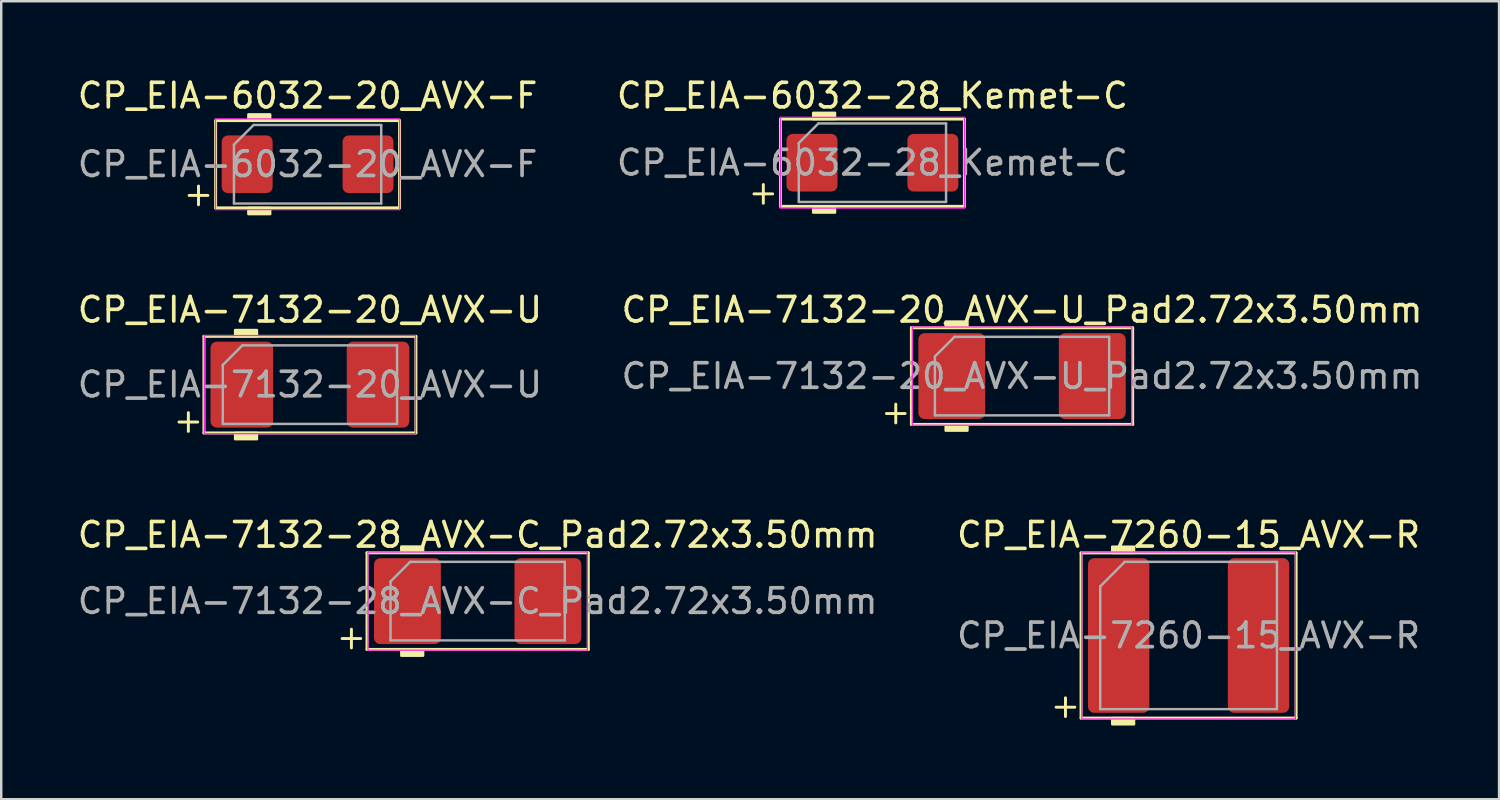
<source format=kicad_pcb>
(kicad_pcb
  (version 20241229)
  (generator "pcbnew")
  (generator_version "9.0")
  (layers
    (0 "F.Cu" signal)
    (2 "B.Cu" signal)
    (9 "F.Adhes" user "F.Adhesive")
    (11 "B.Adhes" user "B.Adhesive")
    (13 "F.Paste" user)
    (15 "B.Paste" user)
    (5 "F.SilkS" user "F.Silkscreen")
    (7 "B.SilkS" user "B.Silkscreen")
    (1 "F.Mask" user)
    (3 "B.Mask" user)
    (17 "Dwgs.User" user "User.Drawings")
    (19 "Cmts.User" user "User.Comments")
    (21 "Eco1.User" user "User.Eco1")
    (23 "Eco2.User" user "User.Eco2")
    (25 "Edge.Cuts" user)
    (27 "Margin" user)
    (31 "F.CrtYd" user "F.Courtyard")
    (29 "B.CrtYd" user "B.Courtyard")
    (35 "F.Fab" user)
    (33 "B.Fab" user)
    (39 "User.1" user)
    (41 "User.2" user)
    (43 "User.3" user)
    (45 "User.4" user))
  (footprint "CP_EIA-7132-28_AVX-C_Pad2.72x3.50mm"
    (layer "F.Cu")
    (at 16.411 21.441)
    (property "Reference" "CP_EIA-7132-28_AVX-C_Pad2.72x3.50mm" (at 0 -2.7 0) (layer "F.SilkS") (effects (font (size 1 1) (thickness 0.15))))
    (attr smd)
    (fp_line (start -5.524 1.524) (end -4.763 1.524) (stroke (width 0.12) (type solid)) (layer "F.SilkS"))
    (fp_line (start -5.144 1.143) (end -5.144 1.905) (stroke (width 0.12) (type solid)) (layer "F.SilkS"))
    (fp_line (start -4.508 -1.968) (end 4.508 -1.968) (stroke (width 0.12) (type solid)) (layer "F.SilkS"))
    (fp_line (start -4.508 1.968) (end -4.508 -1.968) (stroke (width 0.12) (type solid)) (layer "F.SilkS"))
    (fp_line (start 4.508 -1.968) (end 4.508 1.968) (stroke (width 0.12) (type solid)) (layer "F.SilkS"))
    (fp_line (start 4.508 1.968) (end -4.508 1.968) (stroke (width 0.12) (type solid)) (layer "F.SilkS"))
    (fp_poly (pts (xy -2.223 -1.968) (xy -3.111 -1.968) (xy -3.111 -2.223) (xy -2.223 -2.223)) (stroke (width 0.1) (type solid)) (fill yes) (layer "F.SilkS"))
    (fp_poly (pts (xy -2.223 2.223) (xy -3.111 2.223) (xy -3.111 1.968) (xy -2.223 1.968)) (stroke (width 0.1) (type solid)) (fill yes) (layer "F.SilkS"))
    (fp_line (start -4.47 -2) (end 4.47 -2) (stroke (width 0.05) (type solid)) (layer "F.CrtYd"))
    (fp_line (start -4.47 2) (end -4.47 -2) (stroke (width 0.05) (type solid)) (layer "F.CrtYd"))
    (fp_line (start 4.47 -2) (end 4.47 2) (stroke (width 0.05) (type solid)) (layer "F.CrtYd"))
    (fp_line (start 4.47 2) (end -4.47 2) (stroke (width 0.05) (type solid)) (layer "F.CrtYd"))
    (fp_line (start -3.55 -0.8) (end -3.55 1.6) (stroke (width 0.1) (type solid)) (layer "F.Fab"))
    (fp_line (start -3.55 1.6) (end 3.55 1.6) (stroke (width 0.1) (type solid)) (layer "F.Fab"))
    (fp_line (start -2.75 -1.6) (end -3.55 -0.8) (stroke (width 0.1) (type solid)) (layer "F.Fab"))
    (fp_line (start 3.55 -1.6) (end -2.75 -1.6) (stroke (width 0.1) (type solid)) (layer "F.Fab"))
    (fp_line (start 3.55 1.6) (end 3.55 -1.6) (stroke (width 0.1) (type solid)) (layer "F.Fab"))
    (fp_text user "${REFERENCE}" (at 0 0 0) (layer "F.Fab") (effects (font (size 1 1) (thickness 0.15))))
    (pad "1" smd roundrect (at -2.862 0) (size 2.725 3.5) (layers "F.Cu" "F.Mask" "F.Paste") (roundrect_rratio 0.092))
    (pad "2" smd roundrect (at 2.862 0) (size 2.725 3.5) (layers "F.Cu" "F.Mask" "F.Paste") (roundrect_rratio 0.092)))
  (footprint "CP_EIA-7132-20_AVX-U_Pad2.72x3.50mm"
    (layer "F.Cu")
    (at 38.589 12.273)
    (property "Reference" "CP_EIA-7132-20_AVX-U_Pad2.72x3.50mm" (at 0 -2.7 0) (layer "F.SilkS") (effects (font (size 1 1) (thickness 0.15))))
    (attr smd)
    (fp_line (start -5.524 1.524) (end -4.763 1.524) (stroke (width 0.12) (type solid)) (layer "F.SilkS"))
    (fp_line (start -5.144 1.143) (end -5.144 1.905) (stroke (width 0.12) (type solid)) (layer "F.SilkS"))
    (fp_line (start -4.508 -1.968) (end 4.508 -1.968) (stroke (width 0.12) (type solid)) (layer "F.SilkS"))
    (fp_line (start -4.508 1.968) (end -4.508 -1.968) (stroke (width 0.12) (type solid)) (layer "F.SilkS"))
    (fp_line (start 4.508 -1.968) (end 4.508 1.968) (stroke (width 0.12) (type solid)) (layer "F.SilkS"))
    (fp_line (start 4.508 1.968) (end -4.508 1.968) (stroke (width 0.12) (type solid)) (layer "F.SilkS"))
    (fp_poly (pts (xy -2.223 -1.968) (xy -3.111 -1.968) (xy -3.111 -2.223) (xy -2.223 -2.223)) (stroke (width 0.1) (type solid)) (fill yes) (layer "F.SilkS"))
    (fp_poly (pts (xy -2.223 2.223) (xy -3.111 2.223) (xy -3.111 1.968) (xy -2.223 1.968)) (stroke (width 0.1) (type solid)) (fill yes) (layer "F.SilkS"))
    (fp_line (start -4.47 -2) (end 4.47 -2) (stroke (width 0.05) (type solid)) (layer "F.CrtYd"))
    (fp_line (start -4.47 2) (end -4.47 -2) (stroke (width 0.05) (type solid)) (layer "F.CrtYd"))
    (fp_line (start 4.47 -2) (end 4.47 2) (stroke (width 0.05) (type solid)) (layer "F.CrtYd"))
    (fp_line (start 4.47 2) (end -4.47 2) (stroke (width 0.05) (type solid)) (layer "F.CrtYd"))
    (fp_line (start -3.55 -0.8) (end -3.55 1.6) (stroke (width 0.1) (type solid)) (layer "F.Fab"))
    (fp_line (start -3.55 1.6) (end 3.55 1.6) (stroke (width 0.1) (type solid)) (layer "F.Fab"))
    (fp_line (start -2.75 -1.6) (end -3.55 -0.8) (stroke (width 0.1) (type solid)) (layer "F.Fab"))
    (fp_line (start 3.55 -1.6) (end -2.75 -1.6) (stroke (width 0.1) (type solid)) (layer "F.Fab"))
    (fp_line (start 3.55 1.6) (end 3.55 -1.6) (stroke (width 0.1) (type solid)) (layer "F.Fab"))
    (fp_text user "${REFERENCE}" (at 0 0 0) (layer "F.Fab") (effects (font (size 1 1) (thickness 0.15))))
    (pad "1" smd roundrect (at -2.862 0) (size 2.725 3.5) (layers "F.Cu" "F.Mask" "F.Paste") (roundrect_rratio 0.092))
    (pad "2" smd roundrect (at 2.862 0) (size 2.725 3.5) (layers "F.Cu" "F.Mask" "F.Paste") (roundrect_rratio 0.092)))
  (footprint "CP_EIA-6032-28_Kemet-C"
    (layer "F.Cu")
    (at 32.494 3.579)
    (property "Reference" "CP_EIA-6032-28_Kemet-C" (at 0 -2.731 0) (layer "F.SilkS") (effects (font (size 1 1) (thickness 0.15))))
    (attr smd)
    (fp_line (start -4.826 1.27) (end -4.064 1.27) (stroke (width 0.12) (type solid)) (layer "F.SilkS"))
    (fp_line (start -4.445 0.889) (end -4.445 1.651) (stroke (width 0.12) (type solid)) (layer "F.SilkS"))
    (fp_line (start -3.747 -1.778) (end -3.747 1.778) (stroke (width 0.12) (type solid)) (layer "F.SilkS"))
    (fp_line (start -3.747 1.778) (end 3.747 1.778) (stroke (width 0.12) (type solid)) (layer "F.SilkS"))
    (fp_line (start 3.747 -1.778) (end -3.747 -1.778) (stroke (width 0.12) (type solid)) (layer "F.SilkS"))
    (fp_line (start 3.747 1.778) (end 3.747 -1.778) (stroke (width 0.12) (type solid)) (layer "F.SilkS"))
    (fp_poly (pts (xy -1.524 -1.778) (xy -2.413 -1.778) (xy -2.413 -2.032) (xy -1.524 -2.032)) (stroke (width 0.1) (type solid)) (fill yes) (layer "F.SilkS"))
    (fp_poly (pts (xy -1.524 2.032) (xy -2.413 2.032) (xy -2.413 1.778) (xy -1.524 1.778)) (stroke (width 0.1) (type solid)) (fill yes) (layer "F.SilkS"))
    (fp_line (start -3.75 -1.85) (end 3.75 -1.85) (stroke (width 0.05) (type solid)) (layer "F.CrtYd"))
    (fp_line (start -3.75 1.85) (end -3.75 -1.85) (stroke (width 0.05) (type solid)) (layer "F.CrtYd"))
    (fp_line (start 3.75 -1.85) (end 3.75 1.85) (stroke (width 0.05) (type solid)) (layer "F.CrtYd"))
    (fp_line (start 3.75 1.85) (end -3.75 1.85) (stroke (width 0.05) (type solid)) (layer "F.CrtYd"))
    (fp_line (start -3 -0.8) (end -3 1.6) (stroke (width 0.1) (type solid)) (layer "F.Fab"))
    (fp_line (start -3 1.6) (end 3 1.6) (stroke (width 0.1) (type solid)) (layer "F.Fab"))
    (fp_line (start -2.2 -1.6) (end -3 -0.8) (stroke (width 0.1) (type solid)) (layer "F.Fab"))
    (fp_line (start 3 -1.6) (end -2.2 -1.6) (stroke (width 0.1) (type solid)) (layer "F.Fab"))
    (fp_line (start 3 1.6) (end 3 -1.6) (stroke (width 0.1) (type solid)) (layer "F.Fab"))
    (fp_text user "${REFERENCE}" (at 0 0 0) (layer "F.Fab") (effects (font (size 1 1) (thickness 0.15))))
    (pad "1" smd roundrect (at -2.462 0) (size 2.075 2.35) (layers "F.Cu" "F.Mask" "F.Paste") (roundrect_rratio 0.12))
    (pad "2" smd roundrect (at 2.462 0) (size 2.075 2.35) (layers "F.Cu" "F.Mask" "F.Paste") (roundrect_rratio 0.12)))
  (footprint "CP_EIA-7132-20_AVX-U"
    (layer "F.Cu")
    (at 9.577 12.62)
    (property "Reference" "CP_EIA-7132-20_AVX-U" (at 0 -3.048 0) (layer "F.SilkS") (effects (font (size 1 1) (thickness 0.15))))
    (attr smd)
    (fp_line (start -5.334 1.524) (end -4.572 1.524) (stroke (width 0.12) (type solid)) (layer "F.SilkS"))
    (fp_line (start -4.953 1.143) (end -4.953 1.905) (stroke (width 0.12) (type solid)) (layer "F.SilkS"))
    (fp_line (start -4.318 -1.968) (end -4.318 1.968) (stroke (width 0.12) (type solid)) (layer "F.SilkS"))
    (fp_line (start -4.318 1.968) (end 4.318 1.968) (stroke (width 0.12) (type solid)) (layer "F.SilkS"))
    (fp_line (start 4.318 -1.968) (end -4.318 -1.968) (stroke (width 0.12) (type solid)) (layer "F.SilkS"))
    (fp_line (start 4.318 1.968) (end 4.318 -1.968) (stroke (width 0.12) (type solid)) (layer "F.SilkS"))
    (fp_poly (pts (xy -2.159 -1.968) (xy -3.048 -1.968) (xy -3.048 -2.223) (xy -2.159 -2.223)) (stroke (width 0.1) (type solid)) (fill yes) (layer "F.SilkS"))
    (fp_poly (pts (xy -2.159 2.223) (xy -3.048 2.223) (xy -3.048 1.968) (xy -2.159 1.968)) (stroke (width 0.1) (type solid)) (fill yes) (layer "F.SilkS"))
    (fp_line (start -4.3 -2) (end 4.3 -2) (stroke (width 0.05) (type solid)) (layer "F.CrtYd"))
    (fp_line (start -4.3 2) (end -4.3 -2) (stroke (width 0.05) (type solid)) (layer "F.CrtYd"))
    (fp_line (start 4.3 -2) (end 4.3 2) (stroke (width 0.05) (type solid)) (layer "F.CrtYd"))
    (fp_line (start 4.3 2) (end -4.3 2) (stroke (width 0.05) (type solid)) (layer "F.CrtYd"))
    (fp_line (start -3.55 -0.8) (end -3.55 1.6) (stroke (width 0.1) (type solid)) (layer "F.Fab"))
    (fp_line (start -3.55 1.6) (end 3.55 1.6) (stroke (width 0.1) (type solid)) (layer "F.Fab"))
    (fp_line (start -2.75 -1.6) (end -3.55 -0.8) (stroke (width 0.1) (type solid)) (layer "F.Fab"))
    (fp_line (start 3.55 -1.6) (end -2.75 -1.6) (stroke (width 0.1) (type solid)) (layer "F.Fab"))
    (fp_line (start 3.55 1.6) (end 3.55 -1.6) (stroke (width 0.1) (type solid)) (layer "F.Fab"))
    (fp_text user "${REFERENCE}" (at 0 0 0) (layer "F.Fab") (effects (font (size 1 1) (thickness 0.15))))
    (pad "1" smd roundrect (at -2.775 0) (size 2.55 3.5) (layers "F.Cu" "F.Mask" "F.Paste") (roundrect_rratio 0.098))
    (pad "2" smd roundrect (at 2.775 0) (size 2.55 3.5) (layers "F.Cu" "F.Mask" "F.Paste") (roundrect_rratio 0.098)))
  (footprint "CP_EIA-7260-15_AVX-R"
    (layer "F.Cu")
    (at 45.375 22.841)
    (property "Reference" "CP_EIA-7260-15_AVX-R" (at 0 -4.1 0) (layer "F.SilkS") (effects (font (size 1 1) (thickness 0.15))))
    (attr smd)
    (fp_line (start -5.397 2.921) (end -4.636 2.921) (stroke (width 0.12) (type solid)) (layer "F.SilkS"))
    (fp_line (start -5.016 2.54) (end -5.016 3.302) (stroke (width 0.12) (type solid)) (layer "F.SilkS"))
    (fp_line (start -4.381 -3.365) (end 4.381 -3.365) (stroke (width 0.12) (type solid)) (layer "F.SilkS"))
    (fp_line (start -4.381 3.365) (end -4.381 -3.365) (stroke (width 0.12) (type solid)) (layer "F.SilkS"))
    (fp_line (start 4.381 -3.365) (end 4.381 3.365) (stroke (width 0.12) (type solid)) (layer "F.SilkS"))
    (fp_line (start 4.381 3.365) (end -4.381 3.365) (stroke (width 0.12) (type solid)) (layer "F.SilkS"))
    (fp_poly (pts (xy -2.223 -3.365) (xy -3.111 -3.365) (xy -3.111 -3.619) (xy -2.223 -3.619)) (stroke (width 0.1) (type solid)) (fill yes) (layer "F.SilkS"))
    (fp_poly (pts (xy -2.223 3.619) (xy -3.111 3.619) (xy -3.111 3.365) (xy -2.223 3.365)) (stroke (width 0.1) (type solid)) (fill yes) (layer "F.SilkS"))
    (fp_line (start -4.35 -3.4) (end 4.35 -3.4) (stroke (width 0.05) (type solid)) (layer "F.CrtYd"))
    (fp_line (start -4.35 3.4) (end -4.35 -3.4) (stroke (width 0.05) (type solid)) (layer "F.CrtYd"))
    (fp_line (start 4.35 -3.4) (end 4.35 3.4) (stroke (width 0.05) (type solid)) (layer "F.CrtYd"))
    (fp_line (start 4.35 3.4) (end -4.35 3.4) (stroke (width 0.05) (type solid)) (layer "F.CrtYd"))
    (fp_line (start -3.6 -2) (end -3.6 3) (stroke (width 0.1) (type solid)) (layer "F.Fab"))
    (fp_line (start -3.6 3) (end 3.6 3) (stroke (width 0.1) (type solid)) (layer "F.Fab"))
    (fp_line (start -2.6 -3) (end -3.6 -2) (stroke (width 0.1) (type solid)) (layer "F.Fab"))
    (fp_line (start 3.6 -3) (end -2.6 -3) (stroke (width 0.1) (type solid)) (layer "F.Fab"))
    (fp_line (start 3.6 3) (end 3.6 -3) (stroke (width 0.1) (type solid)) (layer "F.Fab"))
    (fp_text user "${REFERENCE}" (at 0 0 0) (layer "F.Fab") (effects (font (size 1 1) (thickness 0.15))))
    (pad "1" smd roundrect (at -2.85 0) (size 2.5 6.3) (layers "F.Cu" "F.Mask" "F.Paste") (roundrect_rratio 0.1))
    (pad "2" smd roundrect (at 2.85 0) (size 2.5 6.3) (layers "F.Cu" "F.Mask" "F.Paste") (roundrect_rratio 0.1)))
  (footprint "CP_EIA-6032-20_AVX-F"
    (layer "F.Cu")
    (at 9.482 3.642)
    (property "Reference" "CP_EIA-6032-20_AVX-F" (at 0 -2.794 0) (layer "F.SilkS") (effects (font (size 1 1) (thickness 0.15))))
    (attr smd)
    (fp_line (start -4.826 1.27) (end -4.064 1.27) (stroke (width 0.12) (type solid)) (layer "F.SilkS"))
    (fp_line (start -4.445 0.889) (end -4.445 1.651) (stroke (width 0.12) (type solid)) (layer "F.SilkS"))
    (fp_line (start -3.747 -1.778) (end -3.747 -1.714) (stroke (width 0.12) (type solid)) (layer "F.SilkS"))
    (fp_line (start -3.747 -1.714) (end -3.747 1.778) (stroke (width 0.12) (type solid)) (layer "F.SilkS"))
    (fp_line (start -3.747 1.778) (end 3.747 1.778) (stroke (width 0.12) (type solid)) (layer "F.SilkS"))
    (fp_line (start 3.747 -1.778) (end -3.747 -1.778) (stroke (width 0.12) (type solid)) (layer "F.SilkS"))
    (fp_line (start 3.747 1.778) (end 3.747 -1.778) (stroke (width 0.12) (type solid)) (layer "F.SilkS"))
    (fp_poly (pts (xy -1.524 -1.778) (xy -2.413 -1.778) (xy -2.413 -2.032) (xy -1.524 -2.032)) (stroke (width 0.1) (type solid)) (fill yes) (layer "F.SilkS"))
    (fp_poly (pts (xy -1.524 2.032) (xy -2.413 2.032) (xy -2.413 1.778) (xy -1.524 1.778)) (stroke (width 0.1) (type solid)) (fill yes) (layer "F.SilkS"))
    (fp_line (start -3.75 -1.85) (end 3.75 -1.85) (stroke (width 0.05) (type solid)) (layer "F.CrtYd"))
    (fp_line (start -3.75 1.85) (end -3.75 -1.85) (stroke (width 0.05) (type solid)) (layer "F.CrtYd"))
    (fp_line (start 3.75 -1.85) (end 3.75 1.85) (stroke (width 0.05) (type solid)) (layer "F.CrtYd"))
    (fp_line (start 3.75 1.85) (end -3.75 1.85) (stroke (width 0.05) (type solid)) (layer "F.CrtYd"))
    (fp_line (start -3 -0.8) (end -3 1.6) (stroke (width 0.1) (type solid)) (layer "F.Fab"))
    (fp_line (start -3 1.6) (end 3 1.6) (stroke (width 0.1) (type solid)) (layer "F.Fab"))
    (fp_line (start -2.2 -1.6) (end -3 -0.8) (stroke (width 0.1) (type solid)) (layer "F.Fab"))
    (fp_line (start 3 -1.6) (end -2.2 -1.6) (stroke (width 0.1) (type solid)) (layer "F.Fab"))
    (fp_line (start 3 1.6) (end 3 -1.6) (stroke (width 0.1) (type solid)) (layer "F.Fab"))
    (fp_text user "${REFERENCE}" (at 0 0 0) (layer "F.Fab") (effects (font (size 1 1) (thickness 0.15))))
    (pad "1" smd roundrect (at -2.462 0) (size 2.075 2.35) (layers "F.Cu" "F.Mask" "F.Paste") (roundrect_rratio 0.12))
    (pad "2" smd roundrect (at 2.462 0) (size 2.075 2.35) (layers "F.Cu" "F.Mask" "F.Paste") (roundrect_rratio 0.12)))
  (gr_rect
    (start -3 -3)
    (end 58.024 29.511)
    (stroke (width 0.1) (type default))
    (fill no)
    (layer "Edge.Cuts")))
</source>
